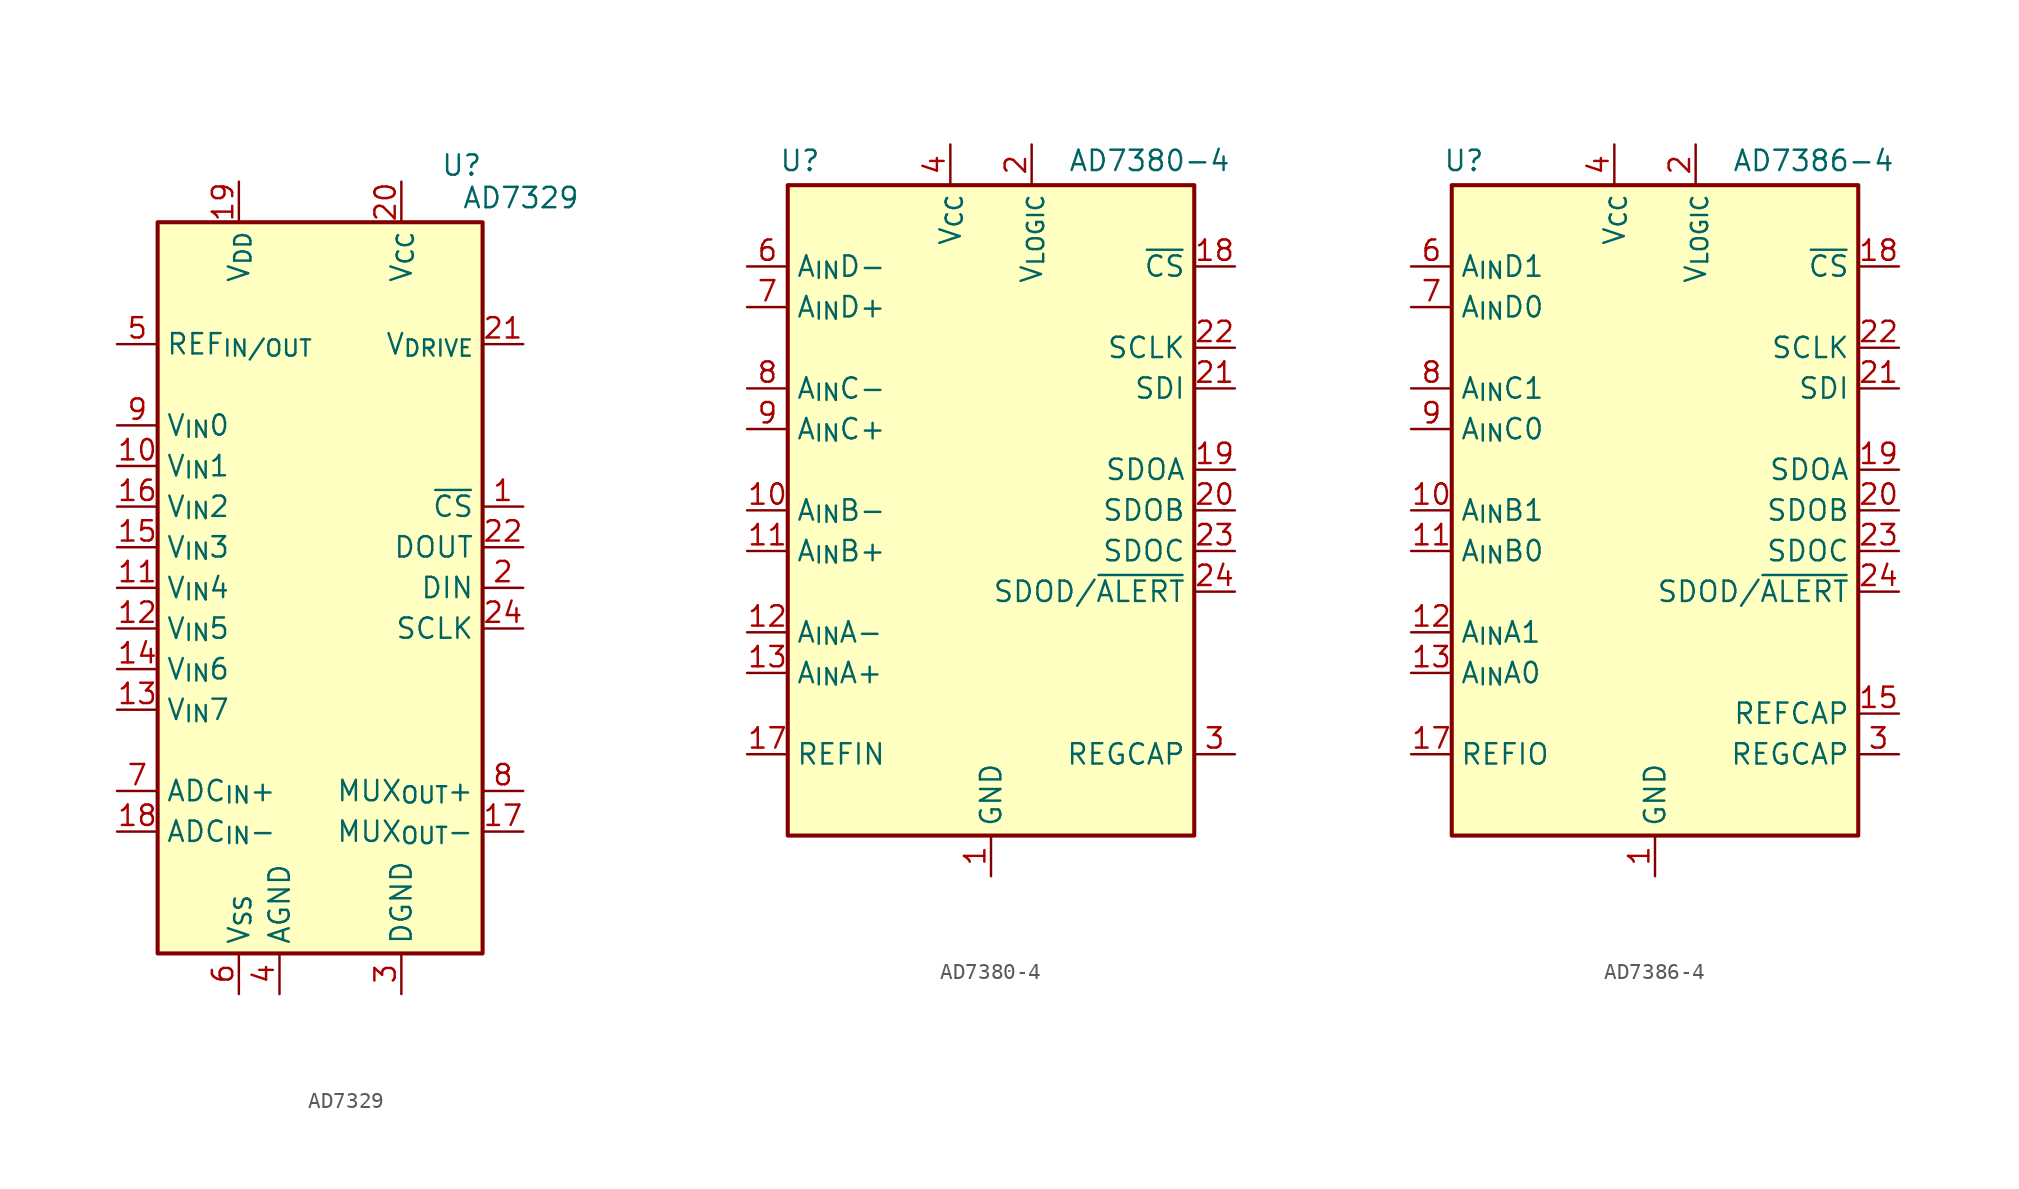
<source format=kicad_sym>
(kicad_symbol_lib
  (version 20241209)
  (generator "kicad_symbol_editor")
  (generator_version "9.0")
  (symbol "AD7329"
    (property "Reference" "U"
      (at 10.16 26.416 0)
      (effects (font (size 1.27 1.27)) (justify right)))
    (property "Value" "AD7329"
      (at 16.256 24.384 0)
      (effects (font (size 1.27 1.27)) (justify right)))
    (symbol "AD7329_0_1"
      (rectangle (start -10.16 22.86) (end 10.16 -22.86) (stroke (width 0.254) (type default)) (fill (type background))))
    (symbol "AD7329_1_1"
      (pin power_in line (at -12.7 15.24 0) (length 2.54) (name "REF_{IN/OUT}" (effects (font (size 1.27 1.27)))) (number "5" (effects (font (size 1.27 1.27)))))
      (pin input line (at -12.7 10.16 0) (length 2.54) (name "V_{IN}0" (effects (font (size 1.27 1.27)))) (number "9" (effects (font (size 1.27 1.27)))))
      (pin input line (at -12.7 7.62 0) (length 2.54) (name "V_{IN}1" (effects (font (size 1.27 1.27)))) (number "10" (effects (font (size 1.27 1.27)))))
      (pin input line (at -12.7 5.08 0) (length 2.54) (name "V_{IN}2" (effects (font (size 1.27 1.27)))) (number "16" (effects (font (size 1.27 1.27)))))
      (pin input line (at -12.7 2.54 0) (length 2.54) (name "V_{IN}3" (effects (font (size 1.27 1.27)))) (number "15" (effects (font (size 1.27 1.27)))))
      (pin input line (at -12.7 0 0) (length 2.54) (name "V_{IN}4" (effects (font (size 1.27 1.27)))) (number "11" (effects (font (size 1.27 1.27)))))
      (pin input line (at -12.7 -2.54 0) (length 2.54) (name "V_{IN}5" (effects (font (size 1.27 1.27)))) (number "12" (effects (font (size 1.27 1.27)))))
      (pin input line (at -12.7 -5.08 0) (length 2.54) (name "V_{IN}6" (effects (font (size 1.27 1.27)))) (number "14" (effects (font (size 1.27 1.27)))))
      (pin input line (at -12.7 -7.62 0) (length 2.54) (name "V_{IN}7" (effects (font (size 1.27 1.27)))) (number "13" (effects (font (size 1.27 1.27)))))
      (pin power_in line (at -12.7 -12.7 0) (length 2.54) (name "ADC_{IN}+" (effects (font (size 1.27 1.27)))) (number "7" (effects (font (size 1.27 1.27)))))
      (pin power_in line (at -12.7 -15.24 0) (length 2.54) (name "ADC_{IN}-" (effects (font (size 1.27 1.27)))) (number "18" (effects (font (size 1.27 1.27)))))
      (pin power_in line (at -5.08 25.4 270) (length 2.54) (name "V_{DD}" (effects (font (size 1.27 1.27)))) (number "19" (effects (font (size 1.27 1.27)))))
      (pin power_in line (at -5.08 -25.4 90) (length 2.54) (name "V_{SS}" (effects (font (size 1.27 1.27)))) (number "6" (effects (font (size 1.27 1.27)))))
      (pin power_in line (at -2.54 -25.4 90) (length 2.54) (name "AGND" (effects (font (size 1.27 1.27)))) (number "4" (effects (font (size 1.27 1.27)))))
      (pin power_in line (at 5.08 25.4 270) (length 2.54) (name "V_{CC}" (effects (font (size 1.27 1.27)))) (number "20" (effects (font (size 1.27 1.27)))))
      (pin passive line (at 5.08 -25.4 90) (length 2.54) (hide yes) (name "DGND" (effects (font (size 1.27 1.27)))) (number "23" (effects (font (size 1.27 1.27)))))
      (pin power_in line (at 5.08 -25.4 90) (length 2.54) (name "DGND" (effects (font (size 1.27 1.27)))) (number "3" (effects (font (size 1.27 1.27)))))
      (pin power_in line (at 12.7 15.24 180) (length 2.54) (name "V_{DRIVE}" (effects (font (size 1.27 1.27)))) (number "21" (effects (font (size 1.27 1.27)))))
      (pin input line (at 12.7 5.08 180) (length 2.54) (name "~{CS}" (effects (font (size 1.27 1.27)))) (number "1" (effects (font (size 1.27 1.27)))))
      (pin output line (at 12.7 2.54 180) (length 2.54) (name "DOUT" (effects (font (size 1.27 1.27)))) (number "22" (effects (font (size 1.27 1.27)))))
      (pin input line (at 12.7 0 180) (length 2.54) (name "DIN" (effects (font (size 1.27 1.27)))) (number "2" (effects (font (size 1.27 1.27)))))
      (pin input line (at 12.7 -2.54 180) (length 2.54) (name "SCLK" (effects (font (size 1.27 1.27)))) (number "24" (effects (font (size 1.27 1.27)))))
      (pin output line (at 12.7 -12.7 180) (length 2.54) (name "MUX_{OUT}+" (effects (font (size 1.27 1.27)))) (number "8" (effects (font (size 1.27 1.27)))))
      (pin output line (at 12.7 -15.24 180) (length 2.54) (name "MUX_{OUT}-" (effects (font (size 1.27 1.27)))) (number "17" (effects (font (size 1.27 1.27)))))))
  (symbol "AD7380-4"
    (property "Reference" "U"
      (at -11.938 21.844 0)
      (effects (font (size 1.27 1.27))))
    (property "Value" "AD7380-4"
      (at 9.906 21.844 0)
      (effects (font (size 1.27 1.27))))
    (symbol "AD7380-4_1_1"
      (rectangle (start -12.7 20.32) (end 12.7 -20.32) (stroke (width 0.254) (type default)) (fill (type background)))
      (pin input line (at -15.24 15.24 0) (length 2.54) (name "A_{IN}D-" (effects (font (size 1.27 1.27)))) (number "6" (effects (font (size 1.27 1.27)))))
      (pin input line (at -15.24 12.7 0) (length 2.54) (name "A_{IN}D+" (effects (font (size 1.27 1.27)))) (number "7" (effects (font (size 1.27 1.27)))))
      (pin input line (at -15.24 7.62 0) (length 2.54) (name "A_{IN}C-" (effects (font (size 1.27 1.27)))) (number "8" (effects (font (size 1.27 1.27)))))
      (pin input line (at -15.24 5.08 0) (length 2.54) (name "A_{IN}C+" (effects (font (size 1.27 1.27)))) (number "9" (effects (font (size 1.27 1.27)))))
      (pin input line (at -15.24 0 0) (length 2.54) (name "A_{IN}B-" (effects (font (size 1.27 1.27)))) (number "10" (effects (font (size 1.27 1.27)))))
      (pin input line (at -15.24 -2.54 0) (length 2.54) (name "A_{IN}B+" (effects (font (size 1.27 1.27)))) (number "11" (effects (font (size 1.27 1.27)))))
      (pin input line (at -15.24 -7.62 0) (length 2.54) (name "A_{IN}A-" (effects (font (size 1.27 1.27)))) (number "12" (effects (font (size 1.27 1.27)))))
      (pin input line (at -15.24 -10.16 0) (length 2.54) (name "A_{IN}A+" (effects (font (size 1.27 1.27)))) (number "13" (effects (font (size 1.27 1.27)))))
      (pin passive line (at -15.24 -15.24 0) (length 2.54) (name "REFIN" (effects (font (size 1.27 1.27)))) (number "17" (effects (font (size 1.27 1.27)))))
      (pin power_in line (at -2.54 22.86 270) (length 2.54) (name "V_{CC}" (effects (font (size 1.27 1.27)))) (number "4" (effects (font (size 1.27 1.27)))))
      (pin power_in line (at 0 -22.86 90) (length 2.54) (name "GND" (effects (font (size 1.27 1.27)))) (number "1" (effects (font (size 1.27 1.27)))))
      (pin passive line (at 0 -22.86 90) (length 2.54) (hide yes) (name "GND" (effects (font (size 1.27 1.27)))) (number "14" (effects (font (size 1.27 1.27)))))
      (pin passive line (at 0 -22.86 90) (length 2.54) (hide yes) (name "GND" (effects (font (size 1.27 1.27)))) (number "16" (effects (font (size 1.27 1.27)))))
      (pin passive line (at 0 -22.86 90) (length 2.54) (hide yes) (name "GND" (effects (font (size 1.27 1.27)))) (number "25" (effects (font (size 1.27 1.27)))))
      (pin passive line (at 0 -22.86 90) (length 2.54) (hide yes) (name "GND" (effects (font (size 1.27 1.27)))) (number "5" (effects (font (size 1.27 1.27)))))
      (pin power_in line (at 2.54 22.86 270) (length 2.54) (name "V_{LOGIC}" (effects (font (size 1.27 1.27)))) (number "2" (effects (font (size 1.27 1.27)))))
      (pin no_connect line (at 12.7 -12.7 180) (length 2.54) (hide yes) (name "NC" (effects (font (size 1.27 1.27)))) (number "15" (effects (font (size 1.27 1.27)))))
      (pin input line (at 15.24 15.24 180) (length 2.54) (name "~{CS}" (effects (font (size 1.27 1.27)))) (number "18" (effects (font (size 1.27 1.27)))))
      (pin input line (at 15.24 10.16 180) (length 2.54) (name "SCLK" (effects (font (size 1.27 1.27)))) (number "22" (effects (font (size 1.27 1.27)))))
      (pin input line (at 15.24 7.62 180) (length 2.54) (name "SDI" (effects (font (size 1.27 1.27)))) (number "21" (effects (font (size 1.27 1.27)))))
      (pin output line (at 15.24 2.54 180) (length 2.54) (name "SDOA" (effects (font (size 1.27 1.27)))) (number "19" (effects (font (size 1.27 1.27)))))
      (pin output line (at 15.24 0 180) (length 2.54) (name "SDOB" (effects (font (size 1.27 1.27)))) (number "20" (effects (font (size 1.27 1.27)))))
      (pin output line (at 15.24 -2.54 180) (length 2.54) (name "SDOC" (effects (font (size 1.27 1.27)))) (number "23" (effects (font (size 1.27 1.27)))))
      (pin output line (at 15.24 -5.08 180) (length 2.54) (name "SDOD/~{ALERT}" (effects (font (size 1.27 1.27)))) (number "24" (effects (font (size 1.27 1.27)))) (alternate "SDOD" output line) (alternate "~{ALERT}" output line))
      (pin passive line (at 15.24 -15.24 180) (length 2.54) (name "REGCAP" (effects (font (size 1.27 1.27)))) (number "3" (effects (font (size 1.27 1.27)))))))
  (symbol "AD7386-4"
    (property "Reference" "U"
      (at -11.938 21.844 0)
      (effects (font (size 1.27 1.27))))
    (property "Value" "AD7386-4"
      (at 9.906 21.844 0)
      (effects (font (size 1.27 1.27))))
    (symbol "AD7386-4_1_1"
      (rectangle (start -12.7 20.32) (end 12.7 -20.32) (stroke (width 0.254) (type default)) (fill (type background)))
      (pin input line (at -15.24 15.24 0) (length 2.54) (name "A_{IN}D1" (effects (font (size 1.27 1.27)))) (number "6" (effects (font (size 1.27 1.27)))))
      (pin input line (at -15.24 12.7 0) (length 2.54) (name "A_{IN}D0" (effects (font (size 1.27 1.27)))) (number "7" (effects (font (size 1.27 1.27)))))
      (pin input line (at -15.24 7.62 0) (length 2.54) (name "A_{IN}C1" (effects (font (size 1.27 1.27)))) (number "8" (effects (font (size 1.27 1.27)))))
      (pin input line (at -15.24 5.08 0) (length 2.54) (name "A_{IN}C0" (effects (font (size 1.27 1.27)))) (number "9" (effects (font (size 1.27 1.27)))))
      (pin input line (at -15.24 0 0) (length 2.54) (name "A_{IN}B1" (effects (font (size 1.27 1.27)))) (number "10" (effects (font (size 1.27 1.27)))))
      (pin input line (at -15.24 -2.54 0) (length 2.54) (name "A_{IN}B0" (effects (font (size 1.27 1.27)))) (number "11" (effects (font (size 1.27 1.27)))))
      (pin input line (at -15.24 -7.62 0) (length 2.54) (name "A_{IN}A1" (effects (font (size 1.27 1.27)))) (number "12" (effects (font (size 1.27 1.27)))))
      (pin input line (at -15.24 -10.16 0) (length 2.54) (name "A_{IN}A0" (effects (font (size 1.27 1.27)))) (number "13" (effects (font (size 1.27 1.27)))))
      (pin passive line (at -15.24 -15.24 0) (length 2.54) (name "REFIO" (effects (font (size 1.27 1.27)))) (number "17" (effects (font (size 1.27 1.27)))))
      (pin power_in line (at -2.54 22.86 270) (length 2.54) (name "V_{CC}" (effects (font (size 1.27 1.27)))) (number "4" (effects (font (size 1.27 1.27)))))
      (pin power_in line (at 0 -22.86 90) (length 2.54) (name "GND" (effects (font (size 1.27 1.27)))) (number "1" (effects (font (size 1.27 1.27)))))
      (pin passive line (at 0 -22.86 90) (length 2.54) (hide yes) (name "GND" (effects (font (size 1.27 1.27)))) (number "14" (effects (font (size 1.27 1.27)))))
      (pin passive line (at 0 -22.86 90) (length 2.54) (hide yes) (name "GND" (effects (font (size 1.27 1.27)))) (number "16" (effects (font (size 1.27 1.27)))))
      (pin passive line (at 0 -22.86 90) (length 2.54) (hide yes) (name "GND" (effects (font (size 1.27 1.27)))) (number "25" (effects (font (size 1.27 1.27)))))
      (pin passive line (at 0 -22.86 90) (length 2.54) (hide yes) (name "GND" (effects (font (size 1.27 1.27)))) (number "5" (effects (font (size 1.27 1.27)))))
      (pin power_in line (at 2.54 22.86 270) (length 2.54) (name "V_{LOGIC}" (effects (font (size 1.27 1.27)))) (number "2" (effects (font (size 1.27 1.27)))))
      (pin input line (at 15.24 15.24 180) (length 2.54) (name "~{CS}" (effects (font (size 1.27 1.27)))) (number "18" (effects (font (size 1.27 1.27)))))
      (pin input line (at 15.24 10.16 180) (length 2.54) (name "SCLK" (effects (font (size 1.27 1.27)))) (number "22" (effects (font (size 1.27 1.27)))))
      (pin input line (at 15.24 7.62 180) (length 2.54) (name "SDI" (effects (font (size 1.27 1.27)))) (number "21" (effects (font (size 1.27 1.27)))))
      (pin output line (at 15.24 2.54 180) (length 2.54) (name "SDOA" (effects (font (size 1.27 1.27)))) (number "19" (effects (font (size 1.27 1.27)))))
      (pin output line (at 15.24 0 180) (length 2.54) (name "SDOB" (effects (font (size 1.27 1.27)))) (number "20" (effects (font (size 1.27 1.27)))))
      (pin output line (at 15.24 -2.54 180) (length 2.54) (name "SDOC" (effects (font (size 1.27 1.27)))) (number "23" (effects (font (size 1.27 1.27)))))
      (pin output line (at 15.24 -5.08 180) (length 2.54) (name "SDOD/~{ALERT}" (effects (font (size 1.27 1.27)))) (number "24" (effects (font (size 1.27 1.27)))) (alternate "SDOD" output line) (alternate "~{ALERT}" output line))
      (pin passive line (at 15.24 -12.7 180) (length 2.54) (name "REFCAP" (effects (font (size 1.27 1.27)))) (number "15" (effects (font (size 1.27 1.27)))))
      (pin passive line (at 15.24 -15.24 180) (length 2.54) (name "REGCAP" (effects (font (size 1.27 1.27)))) (number "3" (effects (font (size 1.27 1.27))))))))
</source>
